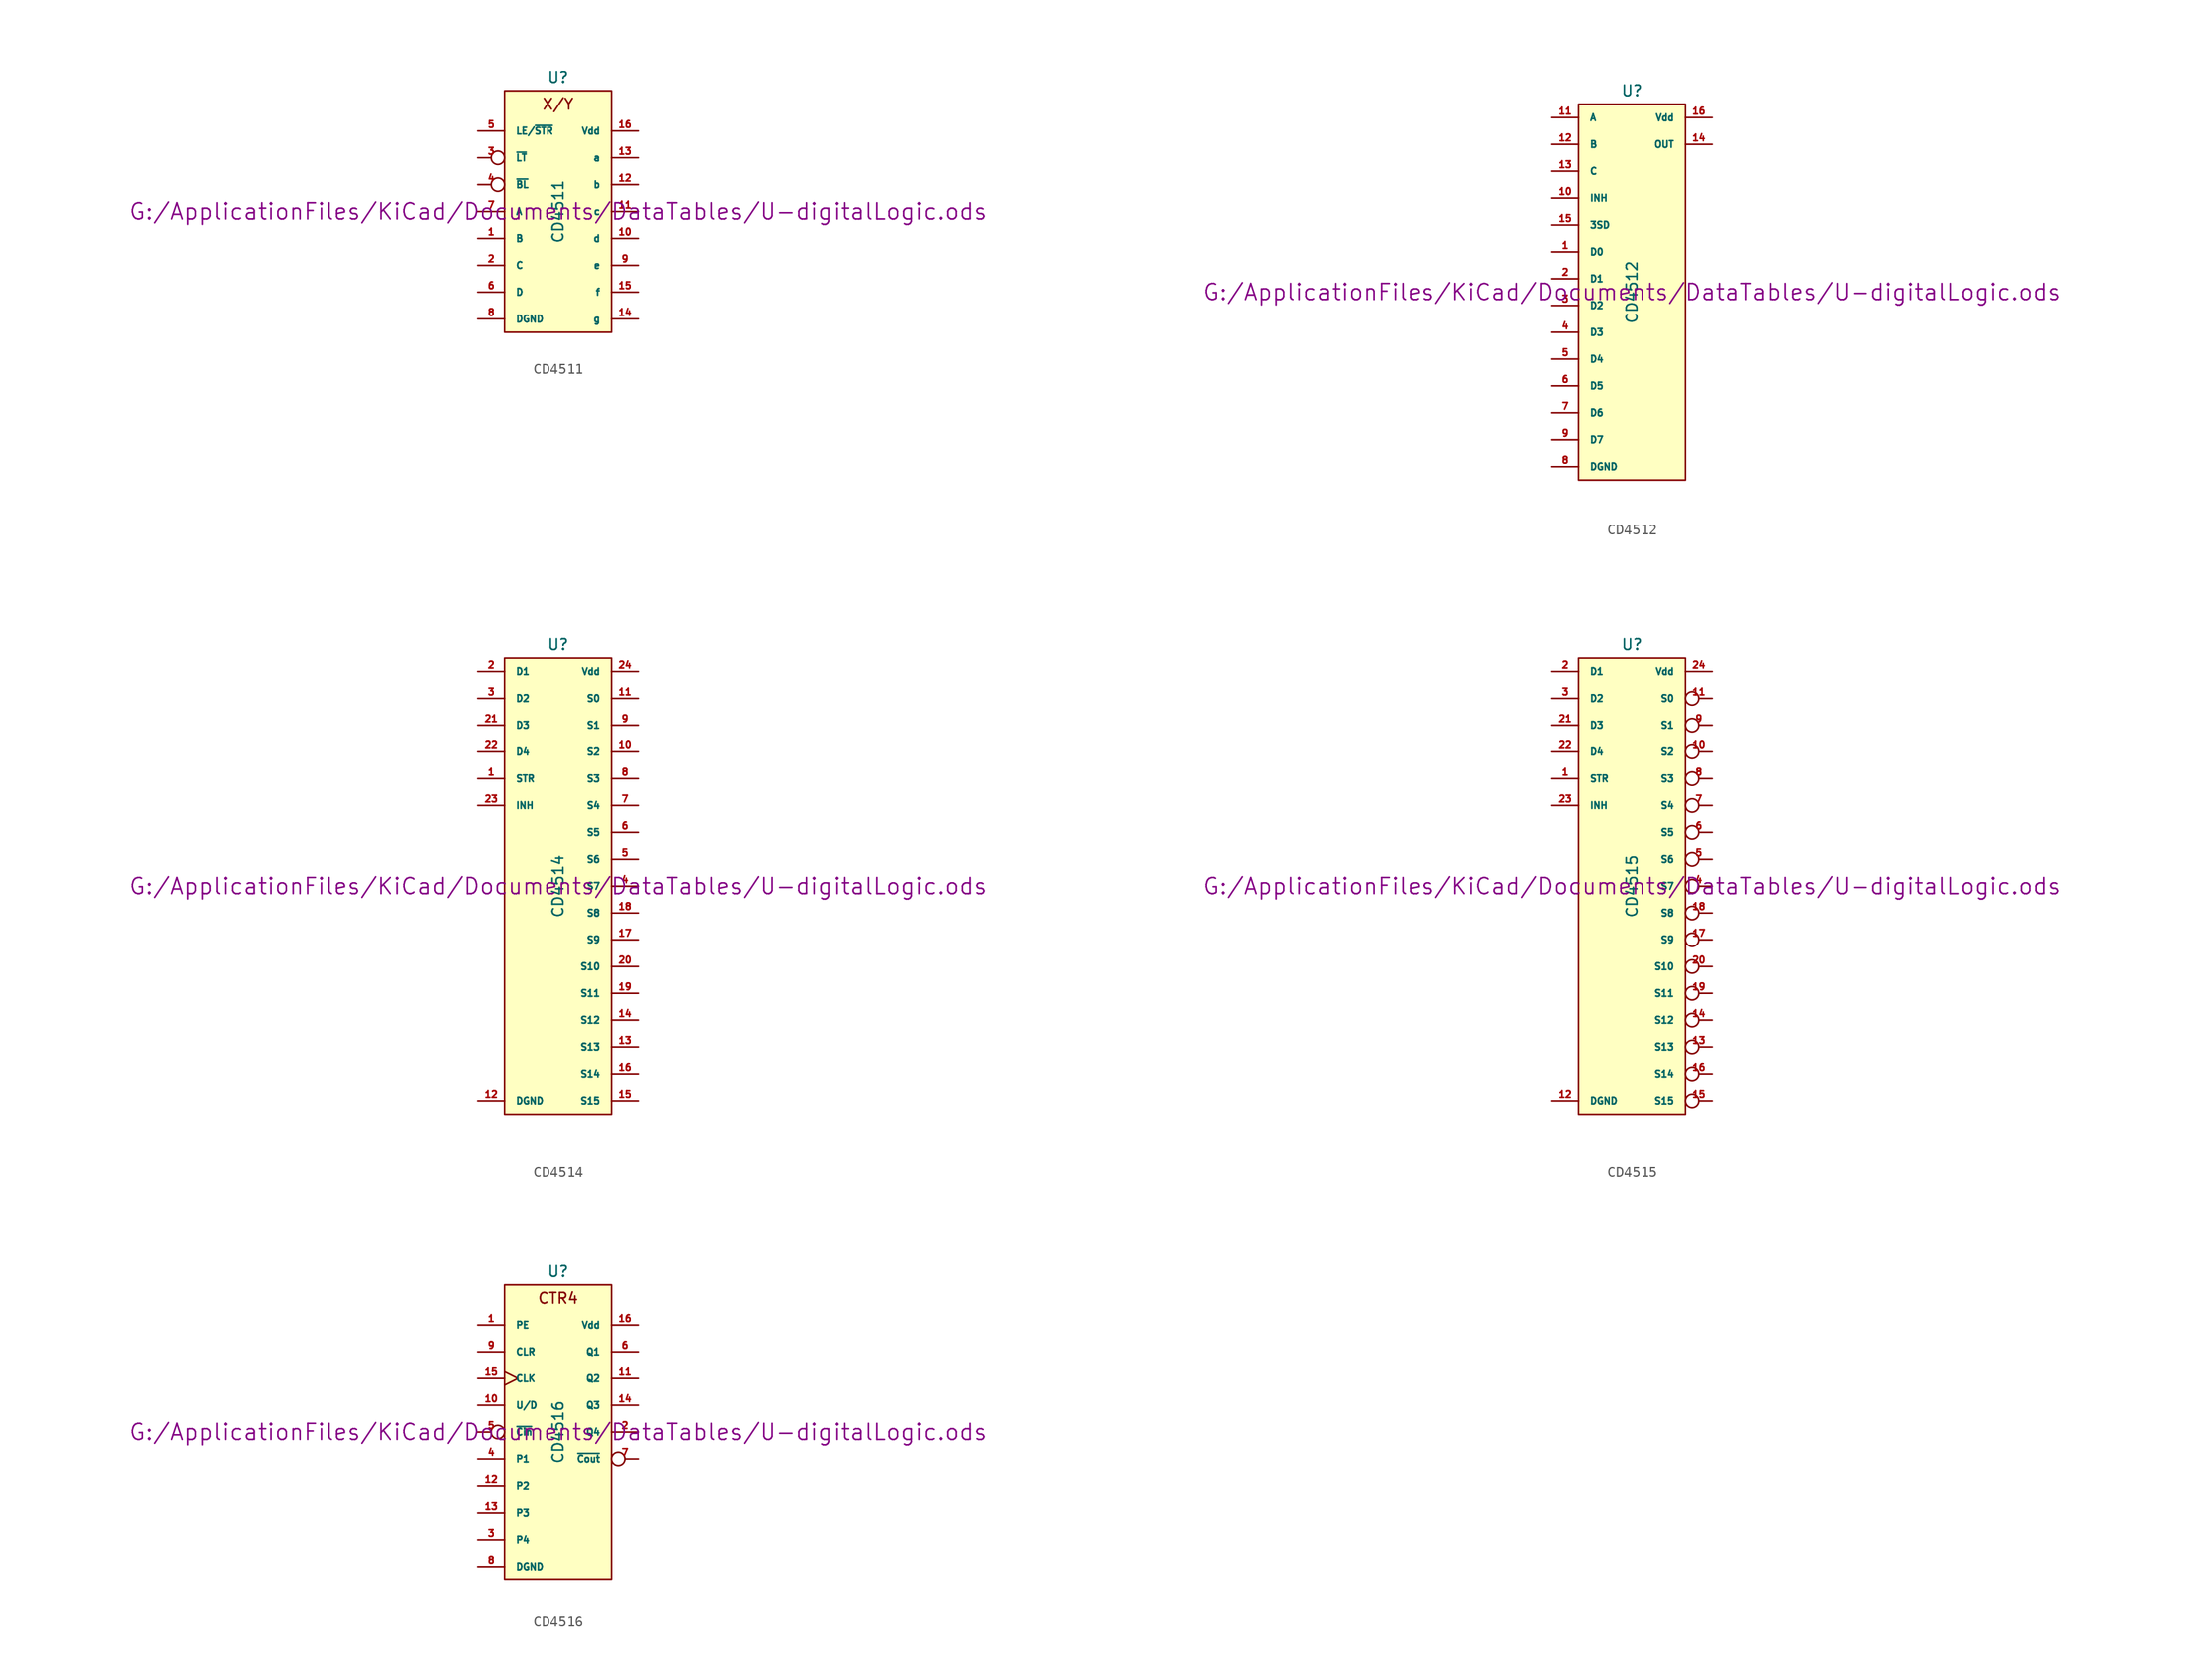
<source format=kicad_sym>
(kicad_symbol_lib
  (version 20211014)
  (generator kicad_symbol_editor)
  (symbol "CD4511"
    (pin_names
      (offset 1.016))
    (property "Reference" "U"
      (at 0 12.7 0)
      (effects (font (size 1.016 1.016))))
    (property "Value" "CD4511"
      (at 0 0 90)
      (effects (font (size 1.016 1.016))))
    (property "Footprint" ""
      (at 0 0 0)
      (effects (font (size 1.524 1.524))))
    (property "Datasheet" "G:/ApplicationFiles/KiCad/Documents/DataTables/U-digitalLogic.ods"
      (at 0 0 0)
      (effects (font (size 1.524 1.524))))
    (symbol "CD4511_0_0"
      (text "X/Y" (at 0 10.16 0) (effects (font (size 1.016 1.016)))))
    (symbol "CD4511_0_1"
      (rectangle (start -5.08 11.43) (end 5.08 -11.43) (stroke (width 0) (type default) (color 0 0 0 0)) (fill (type background))))
    (symbol "CD4511_1_1"
      (pin input line (at -7.62 -2.54 0) (length 2.54) (name "B" (effects (font (size 0.635 0.635)))) (number "1" (effects (font (size 0.635 0.635)))))
      (pin output line (at 7.62 -2.54 180) (length 2.54) (name "d" (effects (font (size 0.635 0.635)))) (number "10" (effects (font (size 0.635 0.635)))))
      (pin output line (at 7.62 0 180) (length 2.54) (name "c" (effects (font (size 0.635 0.635)))) (number "11" (effects (font (size 0.635 0.635)))))
      (pin output line (at 7.62 2.54 180) (length 2.54) (name "b" (effects (font (size 0.635 0.635)))) (number "12" (effects (font (size 0.635 0.635)))))
      (pin output line (at 7.62 5.08 180) (length 2.54) (name "a" (effects (font (size 0.635 0.635)))) (number "13" (effects (font (size 0.635 0.635)))))
      (pin output line (at 7.62 -10.16 180) (length 2.54) (name "g" (effects (font (size 0.635 0.635)))) (number "14" (effects (font (size 0.635 0.635)))))
      (pin output line (at 7.62 -7.62 180) (length 2.54) (name "f" (effects (font (size 0.635 0.635)))) (number "15" (effects (font (size 0.635 0.635)))))
      (pin power_in line (at 7.62 7.62 180) (length 2.54) (name "Vdd" (effects (font (size 0.635 0.635)))) (number "16" (effects (font (size 0.635 0.635)))))
      (pin input line (at -7.62 -5.08 0) (length 2.54) (name "C" (effects (font (size 0.635 0.635)))) (number "2" (effects (font (size 0.635 0.635)))))
      (pin input inverted (at -7.62 5.08 0) (length 2.54) (name "~{LT}" (effects (font (size 0.635 0.635)))) (number "3" (effects (font (size 0.635 0.635)))))
      (pin input inverted (at -7.62 2.54 0) (length 2.54) (name "~{BL}" (effects (font (size 0.635 0.635)))) (number "4" (effects (font (size 0.635 0.635)))))
      (pin input line (at -7.62 7.62 0) (length 2.54) (name "LE/~{STR}" (effects (font (size 0.635 0.635)))) (number "5" (effects (font (size 0.635 0.635)))))
      (pin input line (at -7.62 -7.62 0) (length 2.54) (name "D" (effects (font (size 0.635 0.635)))) (number "6" (effects (font (size 0.635 0.635)))))
      (pin input line (at -7.62 0 0) (length 2.54) (name "A" (effects (font (size 0.635 0.635)))) (number "7" (effects (font (size 0.635 0.635)))))
      (pin power_in line (at -7.62 -10.16 0) (length 2.54) (name "DGND" (effects (font (size 0.635 0.635)))) (number "8" (effects (font (size 0.635 0.635)))))
      (pin output line (at 7.62 -5.08 180) (length 2.54) (name "e" (effects (font (size 0.635 0.635)))) (number "9" (effects (font (size 0.635 0.635)))))))
  (symbol "CD4512"
    (pin_names
      (offset 1.016))
    (property "Reference" "U"
      (at 0 19.05 0)
      (effects (font (size 1.016 1.016))))
    (property "Value" "CD4512"
      (at 0 0 90)
      (effects (font (size 1.016 1.016))))
    (property "Footprint" ""
      (at 0 0 0)
      (effects (font (size 1.524 1.524))))
    (property "Datasheet" "G:/ApplicationFiles/KiCad/Documents/DataTables/U-digitalLogic.ods"
      (at 0 0 0)
      (effects (font (size 1.524 1.524))))
    (symbol "CD4512_0_1"
      (rectangle (start -5.08 17.78) (end 5.08 -17.78) (stroke (width 0) (type default) (color 0 0 0 0)) (fill (type background))))
    (symbol "CD4512_1_1"
      (pin input line (at -7.62 3.81 0) (length 2.54) (name "D0" (effects (font (size 0.635 0.635)))) (number "1" (effects (font (size 0.635 0.635)))))
      (pin input line (at -7.62 8.89 0) (length 2.54) (name "INH" (effects (font (size 0.635 0.635)))) (number "10" (effects (font (size 0.635 0.635)))))
      (pin input line (at -7.62 16.51 0) (length 2.54) (name "A" (effects (font (size 0.635 0.635)))) (number "11" (effects (font (size 0.635 0.635)))))
      (pin input line (at -7.62 13.97 0) (length 2.54) (name "B" (effects (font (size 0.635 0.635)))) (number "12" (effects (font (size 0.635 0.635)))))
      (pin input line (at -7.62 11.43 0) (length 2.54) (name "C" (effects (font (size 0.635 0.635)))) (number "13" (effects (font (size 0.635 0.635)))))
      (pin tri_state line (at 7.62 13.97 180) (length 2.54) (name "OUT" (effects (font (size 0.635 0.635)))) (number "14" (effects (font (size 0.635 0.635)))))
      (pin input line (at -7.62 6.35 0) (length 2.54) (name "3SD" (effects (font (size 0.635 0.635)))) (number "15" (effects (font (size 0.635 0.635)))))
      (pin power_in line (at 7.62 16.51 180) (length 2.54) (name "Vdd" (effects (font (size 0.635 0.635)))) (number "16" (effects (font (size 0.635 0.635)))))
      (pin input line (at -7.62 1.27 0) (length 2.54) (name "D1" (effects (font (size 0.635 0.635)))) (number "2" (effects (font (size 0.635 0.635)))))
      (pin input line (at -7.62 -1.27 0) (length 2.54) (name "D2" (effects (font (size 0.635 0.635)))) (number "3" (effects (font (size 0.635 0.635)))))
      (pin input line (at -7.62 -3.81 0) (length 2.54) (name "D3" (effects (font (size 0.635 0.635)))) (number "4" (effects (font (size 0.635 0.635)))))
      (pin input line (at -7.62 -6.35 0) (length 2.54) (name "D4" (effects (font (size 0.635 0.635)))) (number "5" (effects (font (size 0.635 0.635)))))
      (pin input line (at -7.62 -8.89 0) (length 2.54) (name "D5" (effects (font (size 0.635 0.635)))) (number "6" (effects (font (size 0.635 0.635)))))
      (pin input line (at -7.62 -11.43 0) (length 2.54) (name "D6" (effects (font (size 0.635 0.635)))) (number "7" (effects (font (size 0.635 0.635)))))
      (pin power_in line (at -7.62 -16.51 0) (length 2.54) (name "DGND" (effects (font (size 0.635 0.635)))) (number "8" (effects (font (size 0.635 0.635)))))
      (pin input line (at -7.62 -13.97 0) (length 2.54) (name "D7" (effects (font (size 0.635 0.635)))) (number "9" (effects (font (size 0.635 0.635)))))))
  (symbol "CD4514"
    (pin_names
      (offset 1.016))
    (property "Reference" "U"
      (at 0 22.86 0)
      (effects (font (size 1.016 1.016))))
    (property "Value" "CD4514"
      (at 0 0 90)
      (effects (font (size 1.016 1.016))))
    (property "Footprint" ""
      (at 0 0 0)
      (effects (font (size 1.524 1.524))))
    (property "Datasheet" "G:/ApplicationFiles/KiCad/Documents/DataTables/U-digitalLogic.ods"
      (at 0 0 0)
      (effects (font (size 1.524 1.524))))
    (symbol "CD4514_0_1"
      (rectangle (start -5.08 21.59) (end 5.08 -21.59) (stroke (width 0) (type default) (color 0 0 0 0)) (fill (type background))))
    (symbol "CD4514_1_1"
      (pin input line (at -7.62 10.16 0) (length 2.54) (name "STR" (effects (font (size 0.635 0.635)))) (number "1" (effects (font (size 0.635 0.635)))))
      (pin output line (at 7.62 12.7 180) (length 2.54) (name "S2" (effects (font (size 0.635 0.635)))) (number "10" (effects (font (size 0.635 0.635)))))
      (pin output line (at 7.62 17.78 180) (length 2.54) (name "S0" (effects (font (size 0.635 0.635)))) (number "11" (effects (font (size 0.635 0.635)))))
      (pin power_in line (at -7.62 -20.32 0) (length 2.54) (name "DGND" (effects (font (size 0.635 0.635)))) (number "12" (effects (font (size 0.635 0.635)))))
      (pin output line (at 7.62 -15.24 180) (length 2.54) (name "S13" (effects (font (size 0.635 0.635)))) (number "13" (effects (font (size 0.635 0.635)))))
      (pin output line (at 7.62 -12.7 180) (length 2.54) (name "S12" (effects (font (size 0.635 0.635)))) (number "14" (effects (font (size 0.635 0.635)))))
      (pin output line (at 7.62 -20.32 180) (length 2.54) (name "S15" (effects (font (size 0.635 0.635)))) (number "15" (effects (font (size 0.635 0.635)))))
      (pin output line (at 7.62 -17.78 180) (length 2.54) (name "S14" (effects (font (size 0.635 0.635)))) (number "16" (effects (font (size 0.635 0.635)))))
      (pin output line (at 7.62 -5.08 180) (length 2.54) (name "S9" (effects (font (size 0.635 0.635)))) (number "17" (effects (font (size 0.635 0.635)))))
      (pin output line (at 7.62 -2.54 180) (length 2.54) (name "S8" (effects (font (size 0.635 0.635)))) (number "18" (effects (font (size 0.635 0.635)))))
      (pin output line (at 7.62 -10.16 180) (length 2.54) (name "S11" (effects (font (size 0.635 0.635)))) (number "19" (effects (font (size 0.635 0.635)))))
      (pin input line (at -7.62 20.32 0) (length 2.54) (name "D1" (effects (font (size 0.635 0.635)))) (number "2" (effects (font (size 0.635 0.635)))))
      (pin output line (at 7.62 -7.62 180) (length 2.54) (name "S10" (effects (font (size 0.635 0.635)))) (number "20" (effects (font (size 0.635 0.635)))))
      (pin input line (at -7.62 15.24 0) (length 2.54) (name "D3" (effects (font (size 0.635 0.635)))) (number "21" (effects (font (size 0.635 0.635)))))
      (pin input line (at -7.62 12.7 0) (length 2.54) (name "D4" (effects (font (size 0.635 0.635)))) (number "22" (effects (font (size 0.635 0.635)))))
      (pin input line (at -7.62 7.62 0) (length 2.54) (name "INH" (effects (font (size 0.635 0.635)))) (number "23" (effects (font (size 0.635 0.635)))))
      (pin power_in line (at 7.62 20.32 180) (length 2.54) (name "Vdd" (effects (font (size 0.635 0.635)))) (number "24" (effects (font (size 0.635 0.635)))))
      (pin input line (at -7.62 17.78 0) (length 2.54) (name "D2" (effects (font (size 0.635 0.635)))) (number "3" (effects (font (size 0.635 0.635)))))
      (pin output line (at 7.62 0 180) (length 2.54) (name "S7" (effects (font (size 0.635 0.635)))) (number "4" (effects (font (size 0.635 0.635)))))
      (pin output line (at 7.62 2.54 180) (length 2.54) (name "S6" (effects (font (size 0.635 0.635)))) (number "5" (effects (font (size 0.635 0.635)))))
      (pin output line (at 7.62 5.08 180) (length 2.54) (name "S5" (effects (font (size 0.635 0.635)))) (number "6" (effects (font (size 0.635 0.635)))))
      (pin output line (at 7.62 7.62 180) (length 2.54) (name "S4" (effects (font (size 0.635 0.635)))) (number "7" (effects (font (size 0.635 0.635)))))
      (pin output line (at 7.62 10.16 180) (length 2.54) (name "S3" (effects (font (size 0.635 0.635)))) (number "8" (effects (font (size 0.635 0.635)))))
      (pin output line (at 7.62 15.24 180) (length 2.54) (name "S1" (effects (font (size 0.635 0.635)))) (number "9" (effects (font (size 0.635 0.635)))))))
  (symbol "CD4515"
    (pin_names
      (offset 1.016))
    (property "Reference" "U"
      (at 0 22.86 0)
      (effects (font (size 1.016 1.016))))
    (property "Value" "CD4515"
      (at 0 0 90)
      (effects (font (size 1.016 1.016))))
    (property "Footprint" ""
      (at 0 0 0)
      (effects (font (size 1.524 1.524))))
    (property "Datasheet" "G:/ApplicationFiles/KiCad/Documents/DataTables/U-digitalLogic.ods"
      (at 0 0 0)
      (effects (font (size 1.524 1.524))))
    (symbol "CD4515_0_1"
      (rectangle (start -5.08 21.59) (end 5.08 -21.59) (stroke (width 0) (type default) (color 0 0 0 0)) (fill (type background))))
    (symbol "CD4515_1_1"
      (pin input line (at -7.62 10.16 0) (length 2.54) (name "STR" (effects (font (size 0.635 0.635)))) (number "1" (effects (font (size 0.635 0.635)))))
      (pin output inverted (at 7.62 12.7 180) (length 2.54) (name "S2" (effects (font (size 0.635 0.635)))) (number "10" (effects (font (size 0.635 0.635)))))
      (pin output inverted (at 7.62 17.78 180) (length 2.54) (name "S0" (effects (font (size 0.635 0.635)))) (number "11" (effects (font (size 0.635 0.635)))))
      (pin power_in line (at -7.62 -20.32 0) (length 2.54) (name "DGND" (effects (font (size 0.635 0.635)))) (number "12" (effects (font (size 0.635 0.635)))))
      (pin output inverted (at 7.62 -15.24 180) (length 2.54) (name "S13" (effects (font (size 0.635 0.635)))) (number "13" (effects (font (size 0.635 0.635)))))
      (pin output inverted (at 7.62 -12.7 180) (length 2.54) (name "S12" (effects (font (size 0.635 0.635)))) (number "14" (effects (font (size 0.635 0.635)))))
      (pin output inverted (at 7.62 -20.32 180) (length 2.54) (name "S15" (effects (font (size 0.635 0.635)))) (number "15" (effects (font (size 0.635 0.635)))))
      (pin output inverted (at 7.62 -17.78 180) (length 2.54) (name "S14" (effects (font (size 0.635 0.635)))) (number "16" (effects (font (size 0.635 0.635)))))
      (pin output inverted (at 7.62 -5.08 180) (length 2.54) (name "S9" (effects (font (size 0.635 0.635)))) (number "17" (effects (font (size 0.635 0.635)))))
      (pin output inverted (at 7.62 -2.54 180) (length 2.54) (name "S8" (effects (font (size 0.635 0.635)))) (number "18" (effects (font (size 0.635 0.635)))))
      (pin output inverted (at 7.62 -10.16 180) (length 2.54) (name "S11" (effects (font (size 0.635 0.635)))) (number "19" (effects (font (size 0.635 0.635)))))
      (pin input line (at -7.62 20.32 0) (length 2.54) (name "D1" (effects (font (size 0.635 0.635)))) (number "2" (effects (font (size 0.635 0.635)))))
      (pin output inverted (at 7.62 -7.62 180) (length 2.54) (name "S10" (effects (font (size 0.635 0.635)))) (number "20" (effects (font (size 0.635 0.635)))))
      (pin input line (at -7.62 15.24 0) (length 2.54) (name "D3" (effects (font (size 0.635 0.635)))) (number "21" (effects (font (size 0.635 0.635)))))
      (pin input line (at -7.62 12.7 0) (length 2.54) (name "D4" (effects (font (size 0.635 0.635)))) (number "22" (effects (font (size 0.635 0.635)))))
      (pin input line (at -7.62 7.62 0) (length 2.54) (name "INH" (effects (font (size 0.635 0.635)))) (number "23" (effects (font (size 0.635 0.635)))))
      (pin power_in line (at 7.62 20.32 180) (length 2.54) (name "Vdd" (effects (font (size 0.635 0.635)))) (number "24" (effects (font (size 0.635 0.635)))))
      (pin input line (at -7.62 17.78 0) (length 2.54) (name "D2" (effects (font (size 0.635 0.635)))) (number "3" (effects (font (size 0.635 0.635)))))
      (pin output inverted (at 7.62 0 180) (length 2.54) (name "S7" (effects (font (size 0.635 0.635)))) (number "4" (effects (font (size 0.635 0.635)))))
      (pin output inverted (at 7.62 2.54 180) (length 2.54) (name "S6" (effects (font (size 0.635 0.635)))) (number "5" (effects (font (size 0.635 0.635)))))
      (pin output inverted (at 7.62 5.08 180) (length 2.54) (name "S5" (effects (font (size 0.635 0.635)))) (number "6" (effects (font (size 0.635 0.635)))))
      (pin output inverted (at 7.62 7.62 180) (length 2.54) (name "S4" (effects (font (size 0.635 0.635)))) (number "7" (effects (font (size 0.635 0.635)))))
      (pin output inverted (at 7.62 10.16 180) (length 2.54) (name "S3" (effects (font (size 0.635 0.635)))) (number "8" (effects (font (size 0.635 0.635)))))
      (pin output inverted (at 7.62 15.24 180) (length 2.54) (name "S1" (effects (font (size 0.635 0.635)))) (number "9" (effects (font (size 0.635 0.635)))))))
  (symbol "CD4516"
    (pin_names
      (offset 1.016))
    (property "Reference" "U"
      (at 0 15.24 0)
      (effects (font (size 1.016 1.016))))
    (property "Value" "CD4516"
      (at 0 0 90)
      (effects (font (size 1.016 1.016))))
    (property "Footprint" ""
      (at 0 0 0)
      (effects (font (size 1.524 1.524))))
    (property "Datasheet" "G:/ApplicationFiles/KiCad/Documents/DataTables/U-digitalLogic.ods"
      (at 0 0 0)
      (effects (font (size 1.524 1.524))))
    (symbol "CD4516_0_0"
      (text "CTR4" (at 0 12.7 0) (effects (font (size 1.016 1.016)))))
    (symbol "CD4516_0_1"
      (rectangle (start -5.08 13.97) (end 5.08 -13.97) (stroke (width 0) (type default) (color 0 0 0 0)) (fill (type background))))
    (symbol "CD4516_1_1"
      (pin input line (at -7.62 10.16 0) (length 2.54) (name "PE" (effects (font (size 0.635 0.635)))) (number "1" (effects (font (size 0.635 0.635)))))
      (pin input line (at -7.62 2.54 0) (length 2.54) (name "U/D" (effects (font (size 0.635 0.635)))) (number "10" (effects (font (size 0.635 0.635)))))
      (pin output line (at 7.62 5.08 180) (length 2.54) (name "Q2" (effects (font (size 0.635 0.635)))) (number "11" (effects (font (size 0.635 0.635)))))
      (pin input line (at -7.62 -5.08 0) (length 2.54) (name "P2" (effects (font (size 0.635 0.635)))) (number "12" (effects (font (size 0.635 0.635)))))
      (pin input line (at -7.62 -7.62 0) (length 2.54) (name "P3" (effects (font (size 0.635 0.635)))) (number "13" (effects (font (size 0.635 0.635)))))
      (pin output line (at 7.62 2.54 180) (length 2.54) (name "Q3" (effects (font (size 0.635 0.635)))) (number "14" (effects (font (size 0.635 0.635)))))
      (pin input clock (at -7.62 5.08 0) (length 2.54) (name "CLK" (effects (font (size 0.635 0.635)))) (number "15" (effects (font (size 0.635 0.635)))))
      (pin power_in line (at 7.62 10.16 180) (length 2.54) (name "Vdd" (effects (font (size 0.635 0.635)))) (number "16" (effects (font (size 0.635 0.635)))))
      (pin output line (at 7.62 0 180) (length 2.54) (name "Q4" (effects (font (size 0.635 0.635)))) (number "2" (effects (font (size 0.635 0.635)))))
      (pin input line (at -7.62 -10.16 0) (length 2.54) (name "P4" (effects (font (size 0.635 0.635)))) (number "3" (effects (font (size 0.635 0.635)))))
      (pin input line (at -7.62 -2.54 0) (length 2.54) (name "P1" (effects (font (size 0.635 0.635)))) (number "4" (effects (font (size 0.635 0.635)))))
      (pin input inverted (at -7.62 0 0) (length 2.54) (name "~{Cin}" (effects (font (size 0.635 0.635)))) (number "5" (effects (font (size 0.635 0.635)))))
      (pin output line (at 7.62 7.62 180) (length 2.54) (name "Q1" (effects (font (size 0.635 0.635)))) (number "6" (effects (font (size 0.635 0.635)))))
      (pin output inverted (at 7.62 -2.54 180) (length 2.54) (name "~{Cout}" (effects (font (size 0.635 0.635)))) (number "7" (effects (font (size 0.635 0.635)))))
      (pin power_in line (at -7.62 -12.7 0) (length 2.54) (name "DGND" (effects (font (size 0.635 0.635)))) (number "8" (effects (font (size 0.635 0.635)))))
      (pin input line (at -7.62 7.62 0) (length 2.54) (name "CLR" (effects (font (size 0.635 0.635)))) (number "9" (effects (font (size 0.635 0.635))))))))
</source>
